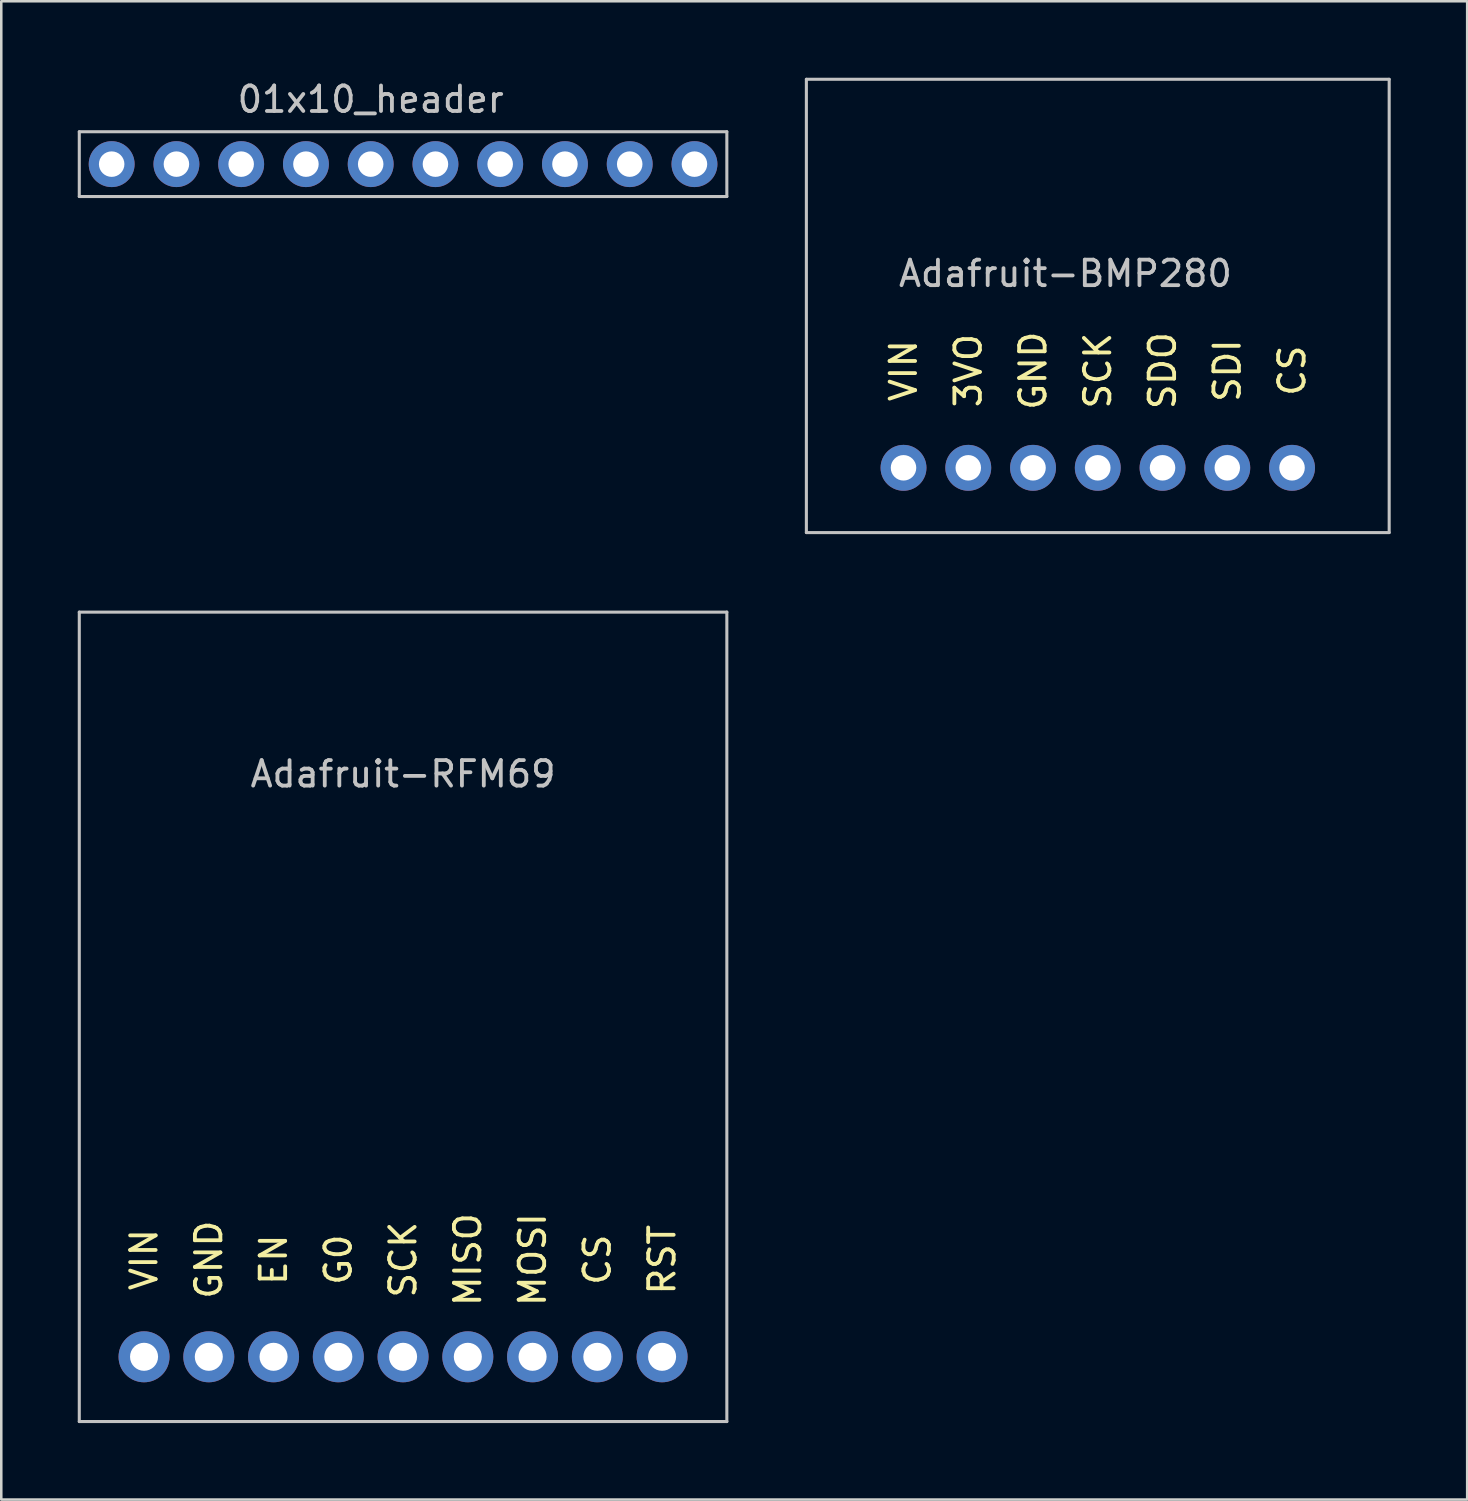
<source format=kicad_pcb>
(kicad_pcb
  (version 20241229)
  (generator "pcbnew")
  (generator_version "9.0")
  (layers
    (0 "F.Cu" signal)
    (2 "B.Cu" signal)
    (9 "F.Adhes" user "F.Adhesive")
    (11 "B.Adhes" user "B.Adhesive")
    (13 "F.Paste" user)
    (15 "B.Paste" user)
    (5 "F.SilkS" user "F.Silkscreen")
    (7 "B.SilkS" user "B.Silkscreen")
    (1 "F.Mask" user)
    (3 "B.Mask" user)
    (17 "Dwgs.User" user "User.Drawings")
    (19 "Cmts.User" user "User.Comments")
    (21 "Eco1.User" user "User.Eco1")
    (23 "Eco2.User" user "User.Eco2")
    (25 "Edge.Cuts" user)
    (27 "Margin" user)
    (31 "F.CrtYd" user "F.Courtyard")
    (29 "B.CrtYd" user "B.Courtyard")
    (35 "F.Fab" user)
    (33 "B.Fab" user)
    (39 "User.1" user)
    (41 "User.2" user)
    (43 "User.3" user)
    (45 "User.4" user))
  (footprint "Adafruit-RFM69"
    (layer "F.Cu")
    (at 12.76 50.17)
    (property "Reference" "Adafruit-RFM69" (at 0 -22.86 0) (layer "Dwgs.User") (effects (font (size 1 1) (thickness 0.15))))
    (attr through_hole)
    (fp_line (start -12.7 -29.21) (end 12.7 -29.21) (stroke (width 0.12) (type solid)) (layer "Dwgs.User"))
    (fp_line (start -12.7 2.54) (end -12.7 -29.21) (stroke (width 0.12) (type solid)) (layer "Dwgs.User"))
    (fp_line (start 12.7 -29.21) (end 12.7 2.54) (stroke (width 0.12) (type solid)) (layer "Dwgs.User"))
    (fp_line (start 12.7 2.54) (end -12.7 2.54) (stroke (width 0.12) (type solid)) (layer "Dwgs.User"))
    (fp_text user "G0" (at -2.54 -3.81 90) (layer "F.SilkS") (effects (font (size 1 1) (thickness 0.15))))
    (fp_text user "EN" (at -5.08 -3.81 90) (layer "F.SilkS") (effects (font (size 1 1) (thickness 0.15))))
    (fp_text user "RST" (at 10.16 -3.81 270) (layer "F.SilkS") (effects (font (size 1 1) (thickness 0.15))))
    (fp_text user "CS" (at 7.62 -3.81 270) (layer "F.SilkS") (effects (font (size 1 1) (thickness 0.15))))
    (fp_text user "MOSI" (at 5.08 -3.81 270) (layer "F.SilkS") (effects (font (size 1 1) (thickness 0.15))))
    (fp_text user "GND" (at -7.62 -3.81 90) (layer "F.SilkS") (effects (font (size 1 1) (thickness 0.15))))
    (fp_text user "SCK" (at 0 -3.81 90) (layer "F.SilkS") (effects (font (size 1 1) (thickness 0.15))))
    (fp_text user "VIN" (at -10.16 -3.81 270) (layer "F.SilkS") (effects (font (size 1 1) (thickness 0.15))))
    (fp_text user "MISO" (at 2.54 -3.81 90) (layer "F.SilkS") (effects (font (size 1 1) (thickness 0.15))))
    (pad "1" thru_hole circle (at -10.16 0) (size 2 2) (drill 1.1) (layers "*.Cu" "*.Mask"))
    (pad "2" thru_hole circle (at -7.62 0) (size 2 2) (drill 1.1) (layers "*.Cu" "*.Mask"))
    (pad "3" thru_hole circle (at -5.08 0) (size 2 2) (drill 1.1) (layers "*.Cu" "*.Mask"))
    (pad "4" thru_hole circle (at -2.54 0) (size 2 2) (drill 1.1) (layers "*.Cu" "*.Mask"))
    (pad "5" thru_hole circle (at 0 0) (size 2 2) (drill 1.1) (layers "*.Cu" "*.Mask"))
    (pad "6" thru_hole circle (at 2.54 0) (size 2 2) (drill 1.1) (layers "*.Cu" "*.Mask"))
    (pad "7" thru_hole circle (at 5.08 0) (size 2 2) (drill 1.1) (layers "*.Cu" "*.Mask"))
    (pad "8" thru_hole circle (at 7.62 0) (size 2 2) (drill 1.1) (layers "*.Cu" "*.Mask"))
    (pad "9" thru_hole circle (at 10.16 0) (size 2 2) (drill 1.1) (layers "*.Cu" "*.Mask")))
  (footprint "Adafruit-BMP280"
    (layer "F.Cu")
    (at 38.74 14.03)
    (property "Reference" "Adafruit-BMP280" (at 0 -6.35 0) (layer "Dwgs.User") (effects (font (size 1 1) (thickness 0.15))))
    (attr through_hole)
    (fp_line (start -10.16 -13.97) (end 12.7 -13.97) (stroke (width 0.12) (type solid)) (layer "Dwgs.User"))
    (fp_line (start -10.16 3.81) (end -10.16 -13.97) (stroke (width 0.12) (type solid)) (layer "Dwgs.User"))
    (fp_line (start -10.16 3.81) (end 12.7 3.81) (stroke (width 0.12) (type solid)) (layer "Dwgs.User"))
    (fp_line (start 12.7 -13.97) (end 12.7 3.81) (stroke (width 0.12) (type solid)) (layer "Dwgs.User"))
    (fp_text user "SCK" (at 1.27 -2.54 90) (layer "F.SilkS") (effects (font (size 1 1) (thickness 0.15))))
    (fp_text user "CS" (at 8.89 -2.54 90) (layer "F.SilkS") (effects (font (size 1 1) (thickness 0.15))))
    (fp_text user "3VO" (at -3.81 -2.54 270) (layer "F.SilkS") (effects (font (size 1 1) (thickness 0.15))))
    (fp_text user "SDO" (at 3.81 -2.54 90) (layer "F.SilkS") (effects (font (size 1 1) (thickness 0.15))))
    (fp_text user "GND" (at -1.27 -2.54 90) (layer "F.SilkS") (effects (font (size 1 1) (thickness 0.15))))
    (fp_text user "VIN" (at -6.35 -2.54 90) (layer "F.SilkS") (effects (font (size 1 1) (thickness 0.15))))
    (fp_text user "SDI" (at 6.35 -2.54 90) (layer "F.SilkS") (effects (font (size 1 1) (thickness 0.15))))
    (pad "1" thru_hole circle (at -6.35 1.27) (size 1.8 1.8) (drill 1) (layers "*.Cu" "*.Mask"))
    (pad "2" thru_hole circle (at -1.27 1.27) (size 1.8 1.8) (drill 1) (layers "*.Cu" "*.Mask"))
    (pad "3" thru_hole circle (at -3.81 1.27) (size 1.8 1.8) (drill 1) (layers "*.Cu" "*.Mask"))
    (pad "4" thru_hole circle (at 1.27 1.27) (size 1.8 1.8) (drill 1) (layers "*.Cu" "*.Mask"))
    (pad "5" thru_hole circle (at 3.81 1.27) (size 1.8 1.8) (drill 1) (layers "*.Cu" "*.Mask"))
    (pad "6" thru_hole circle (at 6.35 1.27) (size 1.8 1.8) (drill 1) (layers "*.Cu" "*.Mask"))
    (pad "7" thru_hole circle (at 8.89 1.27) (size 1.8 1.8) (drill 1) (layers "*.Cu" "*.Mask")))
  (footprint "01x10_header"
    (layer "F.Cu")
    (at 10.22 2.118)
    (property "Reference" "01x10_header" (at 1.27 -1.27 0) (layer "Dwgs.User") (effects (font (size 1 1) (thickness 0.15))))
    (attr through_hole)
    (fp_line (start -10.16 2.54) (end -10.16 0) (stroke (width 0.12) (type solid)) (layer "Dwgs.User"))
    (fp_line (start 10.16 2.54) (end -10.16 2.54) (stroke (width 0.12) (type solid)) (layer "Dwgs.User"))
    (fp_line (start 10.16 2.54) (end 15.24 2.54) (stroke (width 0.12) (type solid)) (layer "Dwgs.User"))
    (fp_line (start 15.24 0) (end -10.16 0) (stroke (width 0.12) (type solid)) (layer "Dwgs.User"))
    (fp_line (start 15.24 2.54) (end 15.24 0) (stroke (width 0.12) (type solid)) (layer "Dwgs.User"))
    (pad "1" thru_hole circle (at -8.89 1.27) (size 1.8 1.8) (drill 1) (layers "*.Cu" "*.Mask"))
    (pad "2" thru_hole circle (at -6.35 1.27) (size 1.8 1.8) (drill 1) (layers "*.Cu" "*.Mask"))
    (pad "3" thru_hole circle (at -3.81 1.27) (size 1.8 1.8) (drill 1) (layers "*.Cu" "*.Mask"))
    (pad "4" thru_hole circle (at -1.27 1.27) (size 1.8 1.8) (drill 1) (layers "*.Cu" "*.Mask"))
    (pad "5" thru_hole circle (at 1.27 1.27) (size 1.8 1.8) (drill 1) (layers "*.Cu" "*.Mask"))
    (pad "6" thru_hole circle (at 3.81 1.27) (size 1.8 1.8) (drill 1) (layers "*.Cu" "*.Mask"))
    (pad "7" thru_hole circle (at 6.35 1.27) (size 1.8 1.8) (drill 1) (layers "*.Cu" "*.Mask"))
    (pad "8" thru_hole circle (at 8.89 1.27) (size 1.8 1.8) (drill 1) (layers "*.Cu" "*.Mask"))
    (pad "9" thru_hole circle (at 11.43 1.27) (size 1.8 1.8) (drill 1) (layers "*.Cu" "*.Mask"))
    (pad "10" thru_hole circle (at 13.97 1.27) (size 1.8 1.8) (drill 1) (layers "*.Cu" "*.Mask")))
  (gr_rect
    (start -3 -3)
    (end 54.5 55.77)
    (stroke (width 0.1) (type default))
    (fill no)
    (layer "Edge.Cuts")))
</source>
